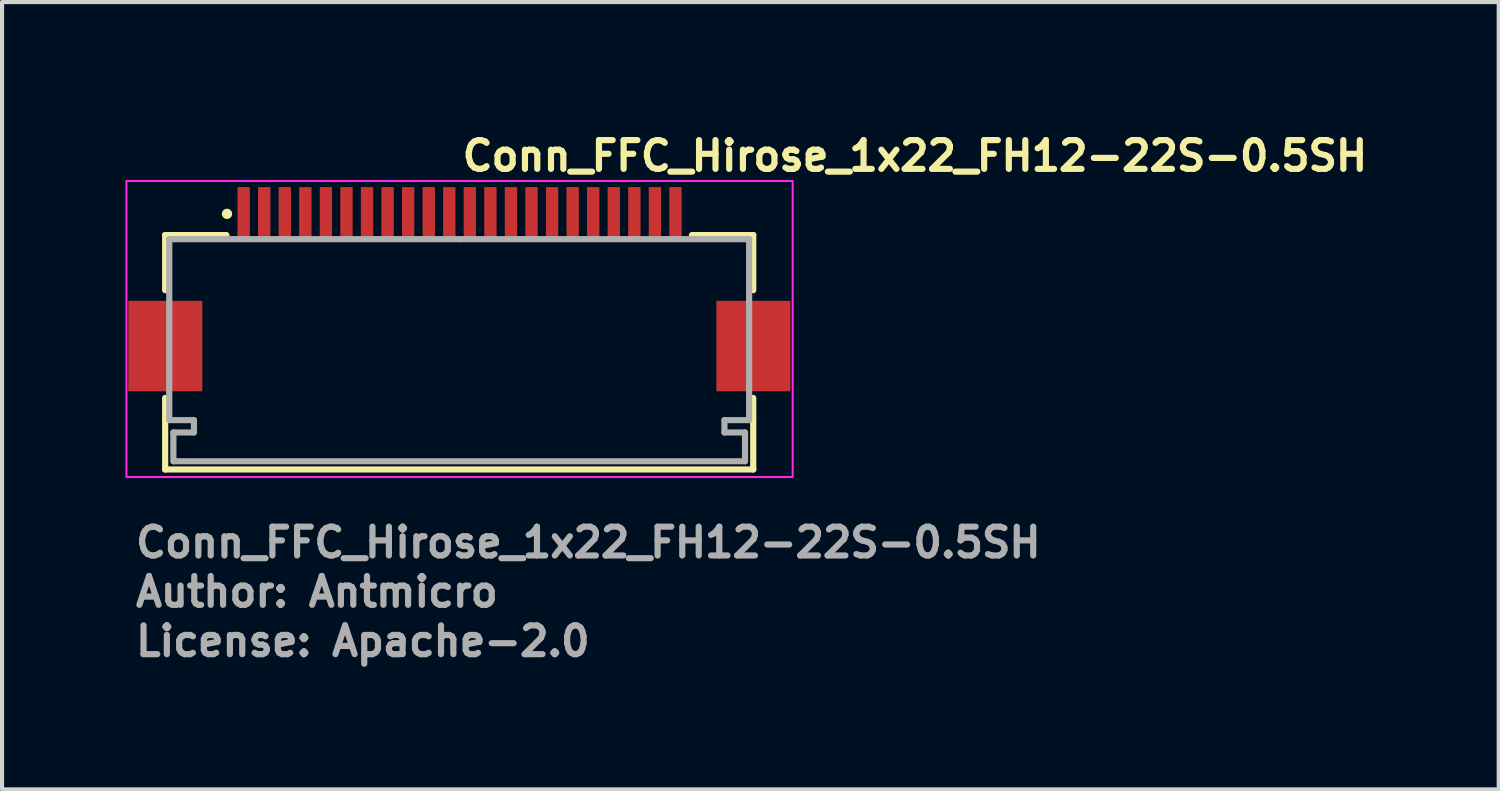
<source format=kicad_pcb>
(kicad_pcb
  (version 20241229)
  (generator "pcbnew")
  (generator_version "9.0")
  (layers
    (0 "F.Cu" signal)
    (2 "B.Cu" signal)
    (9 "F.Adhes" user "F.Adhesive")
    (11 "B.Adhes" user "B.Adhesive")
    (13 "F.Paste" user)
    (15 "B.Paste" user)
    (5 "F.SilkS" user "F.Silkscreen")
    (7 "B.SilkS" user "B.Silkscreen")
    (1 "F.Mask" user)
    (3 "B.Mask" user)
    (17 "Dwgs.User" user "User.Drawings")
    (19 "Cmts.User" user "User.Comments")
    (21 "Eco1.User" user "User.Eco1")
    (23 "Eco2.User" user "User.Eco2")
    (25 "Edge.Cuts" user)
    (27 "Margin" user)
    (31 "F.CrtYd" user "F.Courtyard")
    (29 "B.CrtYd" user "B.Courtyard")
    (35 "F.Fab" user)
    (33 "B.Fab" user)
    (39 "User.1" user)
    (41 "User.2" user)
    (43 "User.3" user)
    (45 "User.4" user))
  (footprint "Conn_FFC_Hirose_1x22_FH12-22S-0.5SH"
    (layer "F.Cu")
    (at 8.125 4.95)
    (property "Reference" "Conn_FFC_Hirose_1x22_FH12-22S-0.5SH" (at -0.009 -3.8 180) (layer "F.SilkS") (effects (font (size 0.7 0.7) (thickness 0.15)) (justify left bottom)))
    (attr smd)
    (fp_line (start -7.159 -2.284) (end -7.159 -0.944) (stroke (width 0.15) (type solid)) (layer "F.SilkS"))
    (fp_line (start -7.159 1.676) (end -7.159 3.416) (stroke (width 0.15) (type solid)) (layer "F.SilkS"))
    (fp_line (start -7.159 3.416) (end 7.141 3.416) (stroke (width 0.15) (type solid)) (layer "F.SilkS"))
    (fp_line (start -5.669 -2.284) (end -7.159 -2.284) (stroke (width 0.15) (type solid)) (layer "F.SilkS"))
    (fp_line (start 5.651 -2.284) (end 7.141 -2.284) (stroke (width 0.15) (type solid)) (layer "F.SilkS"))
    (fp_line (start 7.141 -2.284) (end 7.141 -0.944) (stroke (width 0.15) (type solid)) (layer "F.SilkS"))
    (fp_line (start 7.141 3.416) (end 7.141 1.676) (stroke (width 0.15) (type solid)) (layer "F.SilkS"))
    (fp_circle (center -5.655 -2.8) (end -5.605 -2.8) (stroke (width 0.15) (type solid)) (fill yes) (layer "F.SilkS"))
    (fp_rect (start -8.1 -3.6) (end 8.1 3.6) (stroke (width 0.05) (type solid)) (fill no) (layer "F.CrtYd"))
    (fp_line (start -7.059 -2.184) (end -7.059 2.2) (stroke (width 0.15) (type solid)) (layer "F.Fab"))
    (fp_line (start -7.059 2.216) (end -6.459 2.216) (stroke (width 0.15) (type solid)) (layer "F.Fab"))
    (fp_line (start -6.959 2.516) (end -6.959 3.216) (stroke (width 0.15) (type solid)) (layer "F.Fab"))
    (fp_line (start -6.459 2.216) (end -6.459 2.516) (stroke (width 0.15) (type solid)) (layer "F.Fab"))
    (fp_line (start -6.459 2.516) (end -6.959 2.516) (stroke (width 0.15) (type solid)) (layer "F.Fab"))
    (fp_line (start -0.009 -2.184) (end -7.059 -2.184) (stroke (width 0.15) (type solid)) (layer "F.Fab"))
    (fp_line (start -0.009 -2.184) (end 7.041 -2.184) (stroke (width 0.15) (type solid)) (layer "F.Fab"))
    (fp_line (start 6.441 2.216) (end 6.441 2.516) (stroke (width 0.15) (type solid)) (layer "F.Fab"))
    (fp_line (start 6.441 2.516) (end 6.941 2.516) (stroke (width 0.15) (type solid)) (layer "F.Fab"))
    (fp_line (start 6.941 2.516) (end 6.941 3.216) (stroke (width 0.15) (type solid)) (layer "F.Fab"))
    (fp_line (start 6.941 3.216) (end -6.95 3.216) (stroke (width 0.15) (type solid)) (layer "F.Fab"))
    (fp_line (start 7.041 -2.184) (end 7.041 2.2) (stroke (width 0.15) (type solid)) (layer "F.Fab"))
    (fp_line (start 7.041 2.216) (end 6.441 2.216) (stroke (width 0.15) (type solid)) (layer "F.Fab"))
    (fp_rect (start -7.55 -3.2) (end 7.55 3.2) (stroke (width 0.1) (type solid)) (fill no) (layer "User.5"))
    (fp_line (start -7.55 0.8) (end -7.55 -0.4) (stroke (width 0.02) (type solid)) (layer "User.9"))
    (fp_line (start -7.3 -0.4) (end -7.55 -0.4) (stroke (width 0.02) (type solid)) (layer "User.9"))
    (fp_line (start -7.3 -0.4) (end -6.7 -0.4) (stroke (width 0.02) (type solid)) (layer "User.9"))
    (fp_line (start -7.3 0.8) (end -7.55 0.8) (stroke (width 0.02) (type solid)) (layer "User.9"))
    (fp_line (start -7.3 0.8) (end -6.7 0.8) (stroke (width 0.02) (type solid)) (layer "User.9"))
    (fp_line (start -7.05 -2.4) (end -7.05 -0.5) (stroke (width 0.02) (type solid)) (layer "User.9"))
    (fp_line (start -7.05 -2.4) (end -5.85 -2.4) (stroke (width 0.02) (type solid)) (layer "User.9"))
    (fp_line (start -7.05 -0.4) (end -7.05 -0.5) (stroke (width 0.02) (type solid)) (layer "User.9"))
    (fp_line (start -7.05 2.2) (end -7.05 0.8) (stroke (width 0.02) (type solid)) (layer "User.9"))
    (fp_line (start -7.05 2.2) (end -6.65 2.2) (stroke (width 0.02) (type solid)) (layer "User.9"))
    (fp_line (start -6.85 3.2) (end -6.85 2.5) (stroke (width 0.02) (type solid)) (layer "User.9"))
    (fp_line (start -6.65 -0.5) (end -7.05 -0.5) (stroke (width 0.02) (type solid)) (layer "User.9"))
    (fp_line (start -6.65 -0.4) (end -6.65 -0.5) (stroke (width 0.02) (type solid)) (layer "User.9"))
    (fp_line (start -6.65 2.2) (end -6.65 0.8) (stroke (width 0.02) (type solid)) (layer "User.9"))
    (fp_line (start -6.65 2.2) (end -5.85 2.2) (stroke (width 0.02) (type solid)) (layer "User.9"))
    (fp_line (start -6.47 -0.4) (end -6.7 -0.4) (stroke (width 0.02) (type solid)) (layer "User.9"))
    (fp_line (start -6.47 0.8) (end -6.7 0.8) (stroke (width 0.02) (type solid)) (layer "User.9"))
    (fp_line (start -6.47 0.8) (end -6.47 -0.4) (stroke (width 0.02) (type solid)) (layer "User.9"))
    (fp_line (start -6.45 2.2) (end -6.45 2.3) (stroke (width 0.02) (type solid)) (layer "User.9"))
    (fp_line (start -6.45 2.3) (end -5.785 2.3) (stroke (width 0.02) (type solid)) (layer "User.9"))
    (fp_line (start -6.45 2.5) (end -6.45 2.3) (stroke (width 0.02) (type solid)) (layer "User.9"))
    (fp_line (start -5.85 -2.4) (end -5.45 -2.4) (stroke (width 0.02) (type solid)) (layer "User.9"))
    (fp_line (start -5.85 2.2) (end -5.85 -2.4) (stroke (width 0.02) (type solid)) (layer "User.9"))
    (fp_line (start -5.785 2.3) (end -5.785 2.5) (stroke (width 0.02) (type solid)) (layer "User.9"))
    (fp_line (start -5.785 2.5) (end -6.85 2.5) (stroke (width 0.02) (type solid)) (layer "User.9"))
    (fp_line (start -5.785 3.2) (end -6.85 3.2) (stroke (width 0.02) (type solid)) (layer "User.9"))
    (fp_line (start -5.785 3.2) (end -5.785 2.5) (stroke (width 0.02) (type solid)) (layer "User.9"))
    (fp_line (start -5.672 2.3) (end -5.785 2.3) (stroke (width 0.02) (type solid)) (layer "User.9"))
    (fp_line (start -5.672 2.3) (end -5.672 2.2) (stroke (width 0.02) (type solid)) (layer "User.9"))
    (fp_line (start -5.45 -2.4) (end -5.35 -2.205) (stroke (width 0.02) (type solid)) (layer "User.9"))
    (fp_line (start -5.35 -3.1) (end -5.35 -3.2) (stroke (width 0.02) (type solid)) (layer "User.9"))
    (fp_line (start -5.35 -2.8) (end -5.35 -3.1) (stroke (width 0.02) (type solid)) (layer "User.9"))
    (fp_line (start -5.35 -2.709) (end -5.35 -2.8) (stroke (width 0.02) (type solid)) (layer "User.9"))
    (fp_line (start -5.35 -2.6) (end -5.35 -2.709) (stroke (width 0.02) (type solid)) (layer "User.9"))
    (fp_line (start -5.35 -2.4) (end -5.35 -2.6) (stroke (width 0.02) (type solid)) (layer "User.9"))
    (fp_line (start -5.35 -2.205) (end -5.35 -2.4) (stroke (width 0.02) (type solid)) (layer "User.9"))
    (fp_line (start -5.35 -2.2) (end -5.35 -2.205) (stroke (width 0.02) (type solid)) (layer "User.9"))
    (fp_line (start -5.35 -2.2) (end 5.348 -2.2) (stroke (width 0.02) (type solid)) (layer "User.9"))
    (fp_line (start -5.35 2.2) (end -5.35 3.2) (stroke (width 0.02) (type solid)) (layer "User.9"))
    (fp_line (start -5.35 3.2) (end -5.785 3.2) (stroke (width 0.02) (type solid)) (layer "User.9"))
    (fp_line (start -5.15 -3.2) (end -5.35 -3.2) (stroke (width 0.02) (type solid)) (layer "User.9"))
    (fp_line (start -5.15 -3.1) (end -5.15 -3.2) (stroke (width 0.02) (type solid)) (layer "User.9"))
    (fp_line (start -5.15 -3.1) (end -5.15 -2.8) (stroke (width 0.02) (type solid)) (layer "User.9"))
    (fp_line (start -5.15 -2.709) (end -5.15 -2.8) (stroke (width 0.02) (type solid)) (layer "User.9"))
    (fp_line (start -5.15 -2.709) (end -5.15 -2.6) (stroke (width 0.02) (type solid)) (layer "User.9"))
    (fp_line (start -5.15 -2.6) (end -5.35 -2.6) (stroke (width 0.02) (type solid)) (layer "User.9"))
    (fp_line (start -5.15 -2.6) (end -5.15 -2.4) (stroke (width 0.02) (type solid)) (layer "User.9"))
    (fp_line (start -5.15 -2.4) (end -5.35 -2.4) (stroke (width 0.02) (type solid)) (layer "User.9"))
    (fp_line (start -5.15 -2.4) (end -5.15 -2.2) (stroke (width 0.02) (type solid)) (layer "User.9"))
    (fp_line (start -5.05 -2.4) (end -5.15 -2.205) (stroke (width 0.02) (type solid)) (layer "User.9"))
    (fp_line (start -4.95 -2.4) (end -5.05 -2.4) (stroke (width 0.02) (type solid)) (layer "User.9"))
    (fp_line (start -4.95 -2.4) (end -4.85 -2.205) (stroke (width 0.02) (type solid)) (layer "User.9"))
    (fp_line (start -4.85 -3.1) (end -4.85 -3.2) (stroke (width 0.02) (type solid)) (layer "User.9"))
    (fp_line (start -4.85 -2.8) (end -4.85 -3.1) (stroke (width 0.02) (type solid)) (layer "User.9"))
    (fp_line (start -4.85 -2.709) (end -4.85 -2.8) (stroke (width 0.02) (type solid)) (layer "User.9"))
    (fp_line (start -4.85 -2.6) (end -4.85 -2.709) (stroke (width 0.02) (type solid)) (layer "User.9"))
    (fp_line (start -4.85 -2.4) (end -4.85 -2.6) (stroke (width 0.02) (type solid)) (layer "User.9"))
    (fp_line (start -4.85 -2.2) (end -4.85 -2.4) (stroke (width 0.02) (type solid)) (layer "User.9"))
    (fp_line (start -4.65 -3.2) (end -4.85 -3.2) (stroke (width 0.02) (type solid)) (layer "User.9"))
    (fp_line (start -4.65 -3.1) (end -4.65 -3.2) (stroke (width 0.02) (type solid)) (layer "User.9"))
    (fp_line (start -4.65 -3.1) (end -4.65 -2.8) (stroke (width 0.02) (type solid)) (layer "User.9"))
    (fp_line (start -4.65 -2.709) (end -4.65 -2.8) (stroke (width 0.02) (type solid)) (layer "User.9"))
    (fp_line (start -4.65 -2.709) (end -4.65 -2.6) (stroke (width 0.02) (type solid)) (layer "User.9"))
    (fp_line (start -4.65 -2.6) (end -4.85 -2.6) (stroke (width 0.02) (type solid)) (layer "User.9"))
    (fp_line (start -4.65 -2.6) (end -4.65 -2.4) (stroke (width 0.02) (type solid)) (layer "User.9"))
    (fp_line (start -4.65 -2.4) (end -4.85 -2.4) (stroke (width 0.02) (type solid)) (layer "User.9"))
    (fp_line (start -4.65 -2.4) (end -4.65 -2.2) (stroke (width 0.02) (type solid)) (layer "User.9"))
    (fp_line (start -4.55 -2.4) (end -4.65 -2.205) (stroke (width 0.02) (type solid)) (layer "User.9"))
    (fp_line (start -4.45 -2.4) (end -4.55 -2.4) (stroke (width 0.02) (type solid)) (layer "User.9"))
    (fp_line (start -4.45 -2.4) (end -4.35 -2.205) (stroke (width 0.02) (type solid)) (layer "User.9"))
    (fp_line (start -4.35 -3.1) (end -4.35 -3.2) (stroke (width 0.02) (type solid)) (layer "User.9"))
    (fp_line (start -4.35 -3.1) (end -4.35 -2.8) (stroke (width 0.02) (type solid)) (layer "User.9"))
    (fp_line (start -4.35 -2.709) (end -4.35 -2.8) (stroke (width 0.02) (type solid)) (layer "User.9"))
    (fp_line (start -4.35 -2.709) (end -4.35 -2.6) (stroke (width 0.02) (type solid)) (layer "User.9"))
    (fp_line (start -4.35 -2.6) (end -4.35 -2.4) (stroke (width 0.02) (type solid)) (layer "User.9"))
    (fp_line (start -4.35 -2.4) (end -4.35 -2.2) (stroke (width 0.02) (type solid)) (layer "User.9"))
    (fp_line (start -4.15 -3.2) (end -4.35 -3.2) (stroke (width 0.02) (type solid)) (layer "User.9"))
    (fp_line (start -4.15 -3.1) (end -4.15 -3.2) (stroke (width 0.02) (type solid)) (layer "User.9"))
    (fp_line (start -4.15 -3.1) (end -4.15 -2.8) (stroke (width 0.02) (type solid)) (layer "User.9"))
    (fp_line (start -4.15 -2.709) (end -4.15 -2.8) (stroke (width 0.02) (type solid)) (layer "User.9"))
    (fp_line (start -4.15 -2.709) (end -4.15 -2.6) (stroke (width 0.02) (type solid)) (layer "User.9"))
    (fp_line (start -4.15 -2.6) (end -4.35 -2.6) (stroke (width 0.02) (type solid)) (layer "User.9"))
    (fp_line (start -4.15 -2.6) (end -4.15 -2.4) (stroke (width 0.02) (type solid)) (layer "User.9"))
    (fp_line (start -4.15 -2.4) (end -4.35 -2.4) (stroke (width 0.02) (type solid)) (layer "User.9"))
    (fp_line (start -4.15 -2.4) (end -4.15 -2.2) (stroke (width 0.02) (type solid)) (layer "User.9"))
    (fp_line (start -4.05 -2.4) (end -4.15 -2.205) (stroke (width 0.02) (type solid)) (layer "User.9"))
    (fp_line (start -3.95 -2.4) (end -4.05 -2.4) (stroke (width 0.02) (type solid)) (layer "User.9"))
    (fp_line (start -3.95 -2.4) (end -3.85 -2.205) (stroke (width 0.02) (type solid)) (layer "User.9"))
    (fp_line (start -3.85 -3.1) (end -3.85 -3.2) (stroke (width 0.02) (type solid)) (layer "User.9"))
    (fp_line (start -3.85 -3.1) (end -3.85 -2.8) (stroke (width 0.02) (type solid)) (layer "User.9"))
    (fp_line (start -3.85 -2.709) (end -3.85 -2.8) (stroke (width 0.02) (type solid)) (layer "User.9"))
    (fp_line (start -3.85 -2.709) (end -3.85 -2.6) (stroke (width 0.02) (type solid)) (layer "User.9"))
    (fp_line (start -3.85 -2.6) (end -3.85 -2.4) (stroke (width 0.02) (type solid)) (layer "User.9"))
    (fp_line (start -3.85 -2.4) (end -3.85 -2.2) (stroke (width 0.02) (type solid)) (layer "User.9"))
    (fp_line (start -3.65 -3.2) (end -3.85 -3.2) (stroke (width 0.02) (type solid)) (layer "User.9"))
    (fp_line (start -3.65 -3.1) (end -3.65 -3.2) (stroke (width 0.02) (type solid)) (layer "User.9"))
    (fp_line (start -3.65 -3.1) (end -3.65 -2.8) (stroke (width 0.02) (type solid)) (layer "User.9"))
    (fp_line (start -3.65 -2.709) (end -3.65 -2.8) (stroke (width 0.02) (type solid)) (layer "User.9"))
    (fp_line (start -3.65 -2.709) (end -3.65 -2.6) (stroke (width 0.02) (type solid)) (layer "User.9"))
    (fp_line (start -3.65 -2.6) (end -3.85 -2.6) (stroke (width 0.02) (type solid)) (layer "User.9"))
    (fp_line (start -3.65 -2.6) (end -3.65 -2.4) (stroke (width 0.02) (type solid)) (layer "User.9"))
    (fp_line (start -3.65 -2.4) (end -3.85 -2.4) (stroke (width 0.02) (type solid)) (layer "User.9"))
    (fp_line (start -3.65 -2.4) (end -3.65 -2.2) (stroke (width 0.02) (type solid)) (layer "User.9"))
    (fp_line (start -3.55 -2.4) (end -3.65 -2.205) (stroke (width 0.02) (type solid)) (layer "User.9"))
    (fp_line (start -3.45 -2.4) (end -3.55 -2.4) (stroke (width 0.02) (type solid)) (layer "User.9"))
    (fp_line (start -3.45 -2.4) (end -3.35 -2.205) (stroke (width 0.02) (type solid)) (layer "User.9"))
    (fp_line (start -3.35 -3.1) (end -3.35 -3.2) (stroke (width 0.02) (type solid)) (layer "User.9"))
    (fp_line (start -3.35 -3.1) (end -3.35 -2.8) (stroke (width 0.02) (type solid)) (layer "User.9"))
    (fp_line (start -3.35 -2.709) (end -3.35 -2.8) (stroke (width 0.02) (type solid)) (layer "User.9"))
    (fp_line (start -3.35 -2.709) (end -3.35 -2.6) (stroke (width 0.02) (type solid)) (layer "User.9"))
    (fp_line (start -3.35 -2.6) (end -3.35 -2.4) (stroke (width 0.02) (type solid)) (layer "User.9"))
    (fp_line (start -3.35 -2.4) (end -3.35 -2.2) (stroke (width 0.02) (type solid)) (layer "User.9"))
    (fp_line (start -3.15 -3.2) (end -3.35 -3.2) (stroke (width 0.02) (type solid)) (layer "User.9"))
    (fp_line (start -3.15 -3.1) (end -3.15 -3.2) (stroke (width 0.02) (type solid)) (layer "User.9"))
    (fp_line (start -3.15 -3.1) (end -3.15 -2.8) (stroke (width 0.02) (type solid)) (layer "User.9"))
    (fp_line (start -3.15 -2.709) (end -3.15 -2.8) (stroke (width 0.02) (type solid)) (layer "User.9"))
    (fp_line (start -3.15 -2.709) (end -3.15 -2.6) (stroke (width 0.02) (type solid)) (layer "User.9"))
    (fp_line (start -3.15 -2.6) (end -3.35 -2.6) (stroke (width 0.02) (type solid)) (layer "User.9"))
    (fp_line (start -3.15 -2.6) (end -3.15 -2.4) (stroke (width 0.02) (type solid)) (layer "User.9"))
    (fp_line (start -3.15 -2.4) (end -3.35 -2.4) (stroke (width 0.02) (type solid)) (layer "User.9"))
    (fp_line (start -3.15 -2.4) (end -3.15 -2.2) (stroke (width 0.02) (type solid)) (layer "User.9"))
    (fp_line (start -3.05 -2.4) (end -3.15 -2.205) (stroke (width 0.02) (type solid)) (layer "User.9"))
    (fp_line (start -2.95 -2.4) (end -3.05 -2.4) (stroke (width 0.02) (type solid)) (layer "User.9"))
    (fp_line (start -2.95 -2.4) (end -2.85 -2.205) (stroke (width 0.02) (type solid)) (layer "User.9"))
    (fp_line (start -2.85 -3.1) (end -2.85 -3.2) (stroke (width 0.02) (type solid)) (layer "User.9"))
    (fp_line (start -2.85 -3.1) (end -2.85 -2.8) (stroke (width 0.02) (type solid)) (layer "User.9"))
    (fp_line (start -2.85 -2.709) (end -2.85 -2.8) (stroke (width 0.02) (type solid)) (layer "User.9"))
    (fp_line (start -2.85 -2.709) (end -2.85 -2.6) (stroke (width 0.02) (type solid)) (layer "User.9"))
    (fp_line (start -2.85 -2.6) (end -2.85 -2.4) (stroke (width 0.02) (type solid)) (layer "User.9"))
    (fp_line (start -2.85 -2.4) (end -2.85 -2.2) (stroke (width 0.02) (type solid)) (layer "User.9"))
    (fp_line (start -2.65 -3.2) (end -2.85 -3.2) (stroke (width 0.02) (type solid)) (layer "User.9"))
    (fp_line (start -2.65 -3.1) (end -2.65 -3.2) (stroke (width 0.02) (type solid)) (layer "User.9"))
    (fp_line (start -2.65 -3.1) (end -2.65 -2.8) (stroke (width 0.02) (type solid)) (layer "User.9"))
    (fp_line (start -2.65 -2.709) (end -2.65 -2.8) (stroke (width 0.02) (type solid)) (layer "User.9"))
    (fp_line (start -2.65 -2.709) (end -2.65 -2.6) (stroke (width 0.02) (type solid)) (layer "User.9"))
    (fp_line (start -2.65 -2.6) (end -2.85 -2.6) (stroke (width 0.02) (type solid)) (layer "User.9"))
    (fp_line (start -2.65 -2.6) (end -2.65 -2.4) (stroke (width 0.02) (type solid)) (layer "User.9"))
    (fp_line (start -2.65 -2.4) (end -2.85 -2.4) (stroke (width 0.02) (type solid)) (layer "User.9"))
    (fp_line (start -2.65 -2.4) (end -2.65 -2.2) (stroke (width 0.02) (type solid)) (layer "User.9"))
    (fp_line (start -2.55 -2.4) (end -2.65 -2.205) (stroke (width 0.02) (type solid)) (layer "User.9"))
    (fp_line (start -2.45 -2.4) (end -2.55 -2.4) (stroke (width 0.02) (type solid)) (layer "User.9"))
    (fp_line (start -2.45 -2.4) (end -2.35 -2.205) (stroke (width 0.02) (type solid)) (layer "User.9"))
    (fp_line (start -2.35 -3.1) (end -2.35 -3.2) (stroke (width 0.02) (type solid)) (layer "User.9"))
    (fp_line (start -2.35 -3.1) (end -2.35 -2.8) (stroke (width 0.02) (type solid)) (layer "User.9"))
    (fp_line (start -2.35 -2.709) (end -2.35 -2.8) (stroke (width 0.02) (type solid)) (layer "User.9"))
    (fp_line (start -2.35 -2.709) (end -2.35 -2.6) (stroke (width 0.02) (type solid)) (layer "User.9"))
    (fp_line (start -2.35 -2.6) (end -2.35 -2.4) (stroke (width 0.02) (type solid)) (layer "User.9"))
    (fp_line (start -2.35 -2.4) (end -2.35 -2.2) (stroke (width 0.02) (type solid)) (layer "User.9"))
    (fp_line (start -2.15 -3.2) (end -2.35 -3.2) (stroke (width 0.02) (type solid)) (layer "User.9"))
    (fp_line (start -2.15 -3.1) (end -2.15 -3.2) (stroke (width 0.02) (type solid)) (layer "User.9"))
    (fp_line (start -2.15 -3.1) (end -2.15 -2.8) (stroke (width 0.02) (type solid)) (layer "User.9"))
    (fp_line (start -2.15 -2.709) (end -2.15 -2.8) (stroke (width 0.02) (type solid)) (layer "User.9"))
    (fp_line (start -2.15 -2.709) (end -2.15 -2.6) (stroke (width 0.02) (type solid)) (layer "User.9"))
    (fp_line (start -2.15 -2.6) (end -2.35 -2.6) (stroke (width 0.02) (type solid)) (layer "User.9"))
    (fp_line (start -2.15 -2.6) (end -2.15 -2.4) (stroke (width 0.02) (type solid)) (layer "User.9"))
    (fp_line (start -2.15 -2.4) (end -2.35 -2.4) (stroke (width 0.02) (type solid)) (layer "User.9"))
    (fp_line (start -2.15 -2.4) (end -2.15 -2.2) (stroke (width 0.02) (type solid)) (layer "User.9"))
    (fp_line (start -2.05 -2.4) (end -2.15 -2.205) (stroke (width 0.02) (type solid)) (layer "User.9"))
    (fp_line (start -1.95 -2.4) (end -2.05 -2.4) (stroke (width 0.02) (type solid)) (layer "User.9"))
    (fp_line (start -1.95 -2.4) (end -1.85 -2.205) (stroke (width 0.02) (type solid)) (layer "User.9"))
    (fp_line (start -1.85 -3.1) (end -1.85 -3.2) (stroke (width 0.02) (type solid)) (layer "User.9"))
    (fp_line (start -1.85 -3.1) (end -1.85 -2.8) (stroke (width 0.02) (type solid)) (layer "User.9"))
    (fp_line (start -1.85 -2.709) (end -1.85 -2.8) (stroke (width 0.02) (type solid)) (layer "User.9"))
    (fp_line (start -1.85 -2.709) (end -1.85 -2.6) (stroke (width 0.02) (type solid)) (layer "User.9"))
    (fp_line (start -1.85 -2.6) (end -1.85 -2.4) (stroke (width 0.02) (type solid)) (layer "User.9"))
    (fp_line (start -1.85 -2.4) (end -1.85 -2.2) (stroke (width 0.02) (type solid)) (layer "User.9"))
    (fp_line (start -1.65 -3.2) (end -1.85 -3.2) (stroke (width 0.02) (type solid)) (layer "User.9"))
    (fp_line (start -1.65 -3.1) (end -1.65 -3.2) (stroke (width 0.02) (type solid)) (layer "User.9"))
    (fp_line (start -1.65 -3.1) (end -1.65 -2.8) (stroke (width 0.02) (type solid)) (layer "User.9"))
    (fp_line (start -1.65 -2.709) (end -1.65 -2.8) (stroke (width 0.02) (type solid)) (layer "User.9"))
    (fp_line (start -1.65 -2.709) (end -1.65 -2.6) (stroke (width 0.02) (type solid)) (layer "User.9"))
    (fp_line (start -1.65 -2.6) (end -1.85 -2.6) (stroke (width 0.02) (type solid)) (layer "User.9"))
    (fp_line (start -1.65 -2.6) (end -1.65 -2.4) (stroke (width 0.02) (type solid)) (layer "User.9"))
    (fp_line (start -1.65 -2.4) (end -1.85 -2.4) (stroke (width 0.02) (type solid)) (layer "User.9"))
    (fp_line (start -1.65 -2.4) (end -1.65 -2.2) (stroke (width 0.02) (type solid)) (layer "User.9"))
    (fp_line (start -1.55 -2.4) (end -1.65 -2.205) (stroke (width 0.02) (type solid)) (layer "User.9"))
    (fp_line (start -1.45 -2.4) (end -1.55 -2.4) (stroke (width 0.02) (type solid)) (layer "User.9"))
    (fp_line (start -1.45 -2.4) (end -1.35 -2.205) (stroke (width 0.02) (type solid)) (layer "User.9"))
    (fp_line (start -1.35 -3.1) (end -1.35 -3.2) (stroke (width 0.02) (type solid)) (layer "User.9"))
    (fp_line (start -1.35 -3.1) (end -1.35 -2.8) (stroke (width 0.02) (type solid)) (layer "User.9"))
    (fp_line (start -1.35 -2.709) (end -1.35 -2.8) (stroke (width 0.02) (type solid)) (layer "User.9"))
    (fp_line (start -1.35 -2.709) (end -1.35 -2.6) (stroke (width 0.02) (type solid)) (layer "User.9"))
    (fp_line (start -1.35 -2.6) (end -1.35 -2.4) (stroke (width 0.02) (type solid)) (layer "User.9"))
    (fp_line (start -1.35 -2.4) (end -1.35 -2.2) (stroke (width 0.02) (type solid)) (layer "User.9"))
    (fp_line (start -1.15 -3.2) (end -1.35 -3.2) (stroke (width 0.02) (type solid)) (layer "User.9"))
    (fp_line (start -1.15 -3.1) (end -1.15 -3.2) (stroke (width 0.02) (type solid)) (layer "User.9"))
    (fp_line (start -1.15 -3.1) (end -1.15 -2.8) (stroke (width 0.02) (type solid)) (layer "User.9"))
    (fp_line (start -1.15 -2.709) (end -1.15 -2.8) (stroke (width 0.02) (type solid)) (layer "User.9"))
    (fp_line (start -1.15 -2.709) (end -1.15 -2.6) (stroke (width 0.02) (type solid)) (layer "User.9"))
    (fp_line (start -1.15 -2.6) (end -1.35 -2.6) (stroke (width 0.02) (type solid)) (layer "User.9"))
    (fp_line (start -1.15 -2.6) (end -1.15 -2.4) (stroke (width 0.02) (type solid)) (layer "User.9"))
    (fp_line (start -1.15 -2.4) (end -1.35 -2.4) (stroke (width 0.02) (type solid)) (layer "User.9"))
    (fp_line (start -1.15 -2.4) (end -1.15 -2.2) (stroke (width 0.02) (type solid)) (layer "User.9"))
    (fp_line (start -1.05 -2.4) (end -1.15 -2.205) (stroke (width 0.02) (type solid)) (layer "User.9"))
    (fp_line (start -0.95 -2.4) (end -1.05 -2.4) (stroke (width 0.02) (type solid)) (layer "User.9"))
    (fp_line (start -0.95 -2.4) (end -0.85 -2.205) (stroke (width 0.02) (type solid)) (layer "User.9"))
    (fp_line (start -0.85 -3.1) (end -0.85 -3.2) (stroke (width 0.02) (type solid)) (layer "User.9"))
    (fp_line (start -0.85 -3.1) (end -0.85 -2.8) (stroke (width 0.02) (type solid)) (layer "User.9"))
    (fp_line (start -0.85 -2.709) (end -0.85 -2.8) (stroke (width 0.02) (type solid)) (layer "User.9"))
    (fp_line (start -0.85 -2.709) (end -0.85 -2.6) (stroke (width 0.02) (type solid)) (layer "User.9"))
    (fp_line (start -0.85 -2.6) (end -0.85 -2.4) (stroke (width 0.02) (type solid)) (layer "User.9"))
    (fp_line (start -0.85 -2.4) (end -0.85 -2.2) (stroke (width 0.02) (type solid)) (layer "User.9"))
    (fp_line (start -0.65 -3.2) (end -0.85 -3.2) (stroke (width 0.02) (type solid)) (layer "User.9"))
    (fp_line (start -0.65 -3.1) (end -0.65 -3.2) (stroke (width 0.02) (type solid)) (layer "User.9"))
    (fp_line (start -0.65 -3.1) (end -0.65 -2.8) (stroke (width 0.02) (type solid)) (layer "User.9"))
    (fp_line (start -0.65 -2.709) (end -0.65 -2.8) (stroke (width 0.02) (type solid)) (layer "User.9"))
    (fp_line (start -0.65 -2.709) (end -0.65 -2.6) (stroke (width 0.02) (type solid)) (layer "User.9"))
    (fp_line (start -0.65 -2.6) (end -0.85 -2.6) (stroke (width 0.02) (type solid)) (layer "User.9"))
    (fp_line (start -0.65 -2.6) (end -0.65 -2.4) (stroke (width 0.02) (type solid)) (layer "User.9"))
    (fp_line (start -0.65 -2.4) (end -0.85 -2.4) (stroke (width 0.02) (type solid)) (layer "User.9"))
    (fp_line (start -0.65 -2.4) (end -0.65 -2.2) (stroke (width 0.02) (type solid)) (layer "User.9"))
    (fp_line (start -0.55 -2.4) (end -0.65 -2.205) (stroke (width 0.02) (type solid)) (layer "User.9"))
    (fp_line (start -0.45 -2.4) (end -0.55 -2.4) (stroke (width 0.02) (type solid)) (layer "User.9"))
    (fp_line (start -0.45 -2.4) (end -0.35 -2.205) (stroke (width 0.02) (type solid)) (layer "User.9"))
    (fp_line (start -0.35 -3.1) (end -0.35 -3.2) (stroke (width 0.02) (type solid)) (layer "User.9"))
    (fp_line (start -0.35 -3.1) (end -0.35 -2.8) (stroke (width 0.02) (type solid)) (layer "User.9"))
    (fp_line (start -0.35 -2.709) (end -0.35 -2.8) (stroke (width 0.02) (type solid)) (layer "User.9"))
    (fp_line (start -0.35 -2.709) (end -0.35 -2.6) (stroke (width 0.02) (type solid)) (layer "User.9"))
    (fp_line (start -0.35 -2.6) (end -0.35 -2.4) (stroke (width 0.02) (type solid)) (layer "User.9"))
    (fp_line (start -0.35 -2.4) (end -0.35 -2.2) (stroke (width 0.02) (type solid)) (layer "User.9"))
    (fp_line (start -0.15 -3.2) (end -0.35 -3.2) (stroke (width 0.02) (type solid)) (layer "User.9"))
    (fp_line (start -0.15 -3.1) (end -0.15 -3.2) (stroke (width 0.02) (type solid)) (layer "User.9"))
    (fp_line (start -0.15 -3.1) (end -0.15 -2.8) (stroke (width 0.02) (type solid)) (layer "User.9"))
    (fp_line (start -0.15 -2.709) (end -0.15 -2.8) (stroke (width 0.02) (type solid)) (layer "User.9"))
    (fp_line (start -0.15 -2.709) (end -0.15 -2.6) (stroke (width 0.02) (type solid)) (layer "User.9"))
    (fp_line (start -0.15 -2.6) (end -0.35 -2.6) (stroke (width 0.02) (type solid)) (layer "User.9"))
    (fp_line (start -0.15 -2.6) (end -0.15 -2.4) (stroke (width 0.02) (type solid)) (layer "User.9"))
    (fp_line (start -0.15 -2.4) (end -0.35 -2.4) (stroke (width 0.02) (type solid)) (layer "User.9"))
    (fp_line (start -0.15 -2.4) (end -0.15 -2.2) (stroke (width 0.02) (type solid)) (layer "User.9"))
    (fp_line (start -0.05 -2.4) (end -0.15 -2.205) (stroke (width 0.02) (type solid)) (layer "User.9"))
    (fp_line (start 0.05 -2.4) (end -0.05 -2.4) (stroke (width 0.02) (type solid)) (layer "User.9"))
    (fp_line (start 0.05 -2.4) (end 0.15 -2.205) (stroke (width 0.02) (type solid)) (layer "User.9"))
    (fp_line (start 0.15 -3.1) (end 0.15 -3.2) (stroke (width 0.02) (type solid)) (layer "User.9"))
    (fp_line (start 0.15 -3.1) (end 0.15 -2.8) (stroke (width 0.02) (type solid)) (layer "User.9"))
    (fp_line (start 0.15 -2.709) (end 0.15 -2.8) (stroke (width 0.02) (type solid)) (layer "User.9"))
    (fp_line (start 0.15 -2.709) (end 0.15 -2.6) (stroke (width 0.02) (type solid)) (layer "User.9"))
    (fp_line (start 0.15 -2.6) (end 0.15 -2.4) (stroke (width 0.02) (type solid)) (layer "User.9"))
    (fp_line (start 0.15 -2.4) (end 0.15 -2.2) (stroke (width 0.02) (type solid)) (layer "User.9"))
    (fp_line (start 0.35 -3.2) (end 0.15 -3.2) (stroke (width 0.02) (type solid)) (layer "User.9"))
    (fp_line (start 0.35 -3.1) (end 0.35 -3.2) (stroke (width 0.02) (type solid)) (layer "User.9"))
    (fp_line (start 0.35 -3.1) (end 0.35 -2.8) (stroke (width 0.02) (type solid)) (layer "User.9"))
    (fp_line (start 0.35 -2.709) (end 0.35 -2.8) (stroke (width 0.02) (type solid)) (layer "User.9"))
    (fp_line (start 0.35 -2.709) (end 0.35 -2.6) (stroke (width 0.02) (type solid)) (layer "User.9"))
    (fp_line (start 0.35 -2.6) (end 0.15 -2.6) (stroke (width 0.02) (type solid)) (layer "User.9"))
    (fp_line (start 0.35 -2.6) (end 0.35 -2.4) (stroke (width 0.02) (type solid)) (layer "User.9"))
    (fp_line (start 0.35 -2.4) (end 0.15 -2.4) (stroke (width 0.02) (type solid)) (layer "User.9"))
    (fp_line (start 0.35 -2.4) (end 0.35 -2.2) (stroke (width 0.02) (type solid)) (layer "User.9"))
    (fp_line (start 0.45 -2.4) (end 0.35 -2.205) (stroke (width 0.02) (type solid)) (layer "User.9"))
    (fp_line (start 0.55 -2.4) (end 0.45 -2.4) (stroke (width 0.02) (type solid)) (layer "User.9"))
    (fp_line (start 0.55 -2.4) (end 0.65 -2.205) (stroke (width 0.02) (type solid)) (layer "User.9"))
    (fp_line (start 0.65 -3.1) (end 0.65 -3.2) (stroke (width 0.02) (type solid)) (layer "User.9"))
    (fp_line (start 0.65 -3.1) (end 0.65 -2.8) (stroke (width 0.02) (type solid)) (layer "User.9"))
    (fp_line (start 0.65 -2.709) (end 0.65 -2.8) (stroke (width 0.02) (type solid)) (layer "User.9"))
    (fp_line (start 0.65 -2.709) (end 0.65 -2.6) (stroke (width 0.02) (type solid)) (layer "User.9"))
    (fp_line (start 0.65 -2.6) (end 0.65 -2.4) (stroke (width 0.02) (type solid)) (layer "User.9"))
    (fp_line (start 0.65 -2.4) (end 0.65 -2.2) (stroke (width 0.02) (type solid)) (layer "User.9"))
    (fp_line (start 0.85 -3.2) (end 0.65 -3.2) (stroke (width 0.02) (type solid)) (layer "User.9"))
    (fp_line (start 0.85 -3.1) (end 0.85 -3.2) (stroke (width 0.02) (type solid)) (layer "User.9"))
    (fp_line (start 0.85 -3.1) (end 0.85 -2.8) (stroke (width 0.02) (type solid)) (layer "User.9"))
    (fp_line (start 0.85 -2.709) (end 0.85 -2.8) (stroke (width 0.02) (type solid)) (layer "User.9"))
    (fp_line (start 0.85 -2.709) (end 0.85 -2.6) (stroke (width 0.02) (type solid)) (layer "User.9"))
    (fp_line (start 0.85 -2.6) (end 0.65 -2.6) (stroke (width 0.02) (type solid)) (layer "User.9"))
    (fp_line (start 0.85 -2.6) (end 0.85 -2.4) (stroke (width 0.02) (type solid)) (layer "User.9"))
    (fp_line (start 0.85 -2.4) (end 0.65 -2.4) (stroke (width 0.02) (type solid)) (layer "User.9"))
    (fp_line (start 0.85 -2.4) (end 0.85 -2.2) (stroke (width 0.02) (type solid)) (layer "User.9"))
    (fp_line (start 0.95 -2.4) (end 0.85 -2.205) (stroke (width 0.02) (type solid)) (layer "User.9"))
    (fp_line (start 1.05 -2.4) (end 0.95 -2.4) (stroke (width 0.02) (type solid)) (layer "User.9"))
    (fp_line (start 1.05 -2.4) (end 1.15 -2.205) (stroke (width 0.02) (type solid)) (layer "User.9"))
    (fp_line (start 1.15 -3.1) (end 1.15 -3.2) (stroke (width 0.02) (type solid)) (layer "User.9"))
    (fp_line (start 1.15 -3.1) (end 1.15 -2.8) (stroke (width 0.02) (type solid)) (layer "User.9"))
    (fp_line (start 1.15 -2.709) (end 1.15 -2.8) (stroke (width 0.02) (type solid)) (layer "User.9"))
    (fp_line (start 1.15 -2.709) (end 1.15 -2.6) (stroke (width 0.02) (type solid)) (layer "User.9"))
    (fp_line (start 1.15 -2.6) (end 1.15 -2.4) (stroke (width 0.02) (type solid)) (layer "User.9"))
    (fp_line (start 1.15 -2.4) (end 1.15 -2.2) (stroke (width 0.02) (type solid)) (layer "User.9"))
    (fp_line (start 1.35 -3.2) (end 1.15 -3.2) (stroke (width 0.02) (type solid)) (layer "User.9"))
    (fp_line (start 1.35 -3.1) (end 1.35 -3.2) (stroke (width 0.02) (type solid)) (layer "User.9"))
    (fp_line (start 1.35 -3.1) (end 1.35 -2.8) (stroke (width 0.02) (type solid)) (layer "User.9"))
    (fp_line (start 1.35 -2.709) (end 1.35 -2.8) (stroke (width 0.02) (type solid)) (layer "User.9"))
    (fp_line (start 1.35 -2.709) (end 1.35 -2.6) (stroke (width 0.02) (type solid)) (layer "User.9"))
    (fp_line (start 1.35 -2.6) (end 1.15 -2.6) (stroke (width 0.02) (type solid)) (layer "User.9"))
    (fp_line (start 1.35 -2.6) (end 1.35 -2.4) (stroke (width 0.02) (type solid)) (layer "User.9"))
    (fp_line (start 1.35 -2.4) (end 1.15 -2.4) (stroke (width 0.02) (type solid)) (layer "User.9"))
    (fp_line (start 1.35 -2.4) (end 1.35 -2.2) (stroke (width 0.02) (type solid)) (layer "User.9"))
    (fp_line (start 1.45 -2.4) (end 1.35 -2.205) (stroke (width 0.02) (type solid)) (layer "User.9"))
    (fp_line (start 1.55 -2.4) (end 1.45 -2.4) (stroke (width 0.02) (type solid)) (layer "User.9"))
    (fp_line (start 1.55 -2.4) (end 1.65 -2.205) (stroke (width 0.02) (type solid)) (layer "User.9"))
    (fp_line (start 1.65 -3.1) (end 1.65 -3.2) (stroke (width 0.02) (type solid)) (layer "User.9"))
    (fp_line (start 1.65 -3.1) (end 1.65 -2.8) (stroke (width 0.02) (type solid)) (layer "User.9"))
    (fp_line (start 1.65 -2.709) (end 1.65 -2.8) (stroke (width 0.02) (type solid)) (layer "User.9"))
    (fp_line (start 1.65 -2.709) (end 1.65 -2.6) (stroke (width 0.02) (type solid)) (layer "User.9"))
    (fp_line (start 1.65 -2.6) (end 1.65 -2.4) (stroke (width 0.02) (type solid)) (layer "User.9"))
    (fp_line (start 1.65 -2.4) (end 1.65 -2.2) (stroke (width 0.02) (type solid)) (layer "User.9"))
    (fp_line (start 1.85 -3.2) (end 1.65 -3.2) (stroke (width 0.02) (type solid)) (layer "User.9"))
    (fp_line (start 1.85 -3.1) (end 1.85 -3.2) (stroke (width 0.02) (type solid)) (layer "User.9"))
    (fp_line (start 1.85 -3.1) (end 1.85 -2.8) (stroke (width 0.02) (type solid)) (layer "User.9"))
    (fp_line (start 1.85 -2.709) (end 1.85 -2.8) (stroke (width 0.02) (type solid)) (layer "User.9"))
    (fp_line (start 1.85 -2.709) (end 1.85 -2.6) (stroke (width 0.02) (type solid)) (layer "User.9"))
    (fp_line (start 1.85 -2.6) (end 1.65 -2.6) (stroke (width 0.02) (type solid)) (layer "User.9"))
    (fp_line (start 1.85 -2.6) (end 1.85 -2.4) (stroke (width 0.02) (type solid)) (layer "User.9"))
    (fp_line (start 1.85 -2.4) (end 1.65 -2.4) (stroke (width 0.02) (type solid)) (layer "User.9"))
    (fp_line (start 1.85 -2.4) (end 1.85 -2.2) (stroke (width 0.02) (type solid)) (layer "User.9"))
    (fp_line (start 1.95 -2.4) (end 1.85 -2.205) (stroke (width 0.02) (type solid)) (layer "User.9"))
    (fp_line (start 2.05 -2.4) (end 1.95 -2.4) (stroke (width 0.02) (type solid)) (layer "User.9"))
    (fp_line (start 2.05 -2.4) (end 2.15 -2.205) (stroke (width 0.02) (type solid)) (layer "User.9"))
    (fp_line (start 2.15 -3.1) (end 2.15 -3.2) (stroke (width 0.02) (type solid)) (layer "User.9"))
    (fp_line (start 2.15 -3.1) (end 2.15 -2.8) (stroke (width 0.02) (type solid)) (layer "User.9"))
    (fp_line (start 2.15 -2.709) (end 2.15 -2.8) (stroke (width 0.02) (type solid)) (layer "User.9"))
    (fp_line (start 2.15 -2.709) (end 2.15 -2.6) (stroke (width 0.02) (type solid)) (layer "User.9"))
    (fp_line (start 2.15 -2.6) (end 2.15 -2.4) (stroke (width 0.02) (type solid)) (layer "User.9"))
    (fp_line (start 2.15 -2.4) (end 2.15 -2.2) (stroke (width 0.02) (type solid)) (layer "User.9"))
    (fp_line (start 2.35 -3.2) (end 2.15 -3.2) (stroke (width 0.02) (type solid)) (layer "User.9"))
    (fp_line (start 2.35 -3.1) (end 2.35 -3.2) (stroke (width 0.02) (type solid)) (layer "User.9"))
    (fp_line (start 2.35 -3.1) (end 2.35 -2.8) (stroke (width 0.02) (type solid)) (layer "User.9"))
    (fp_line (start 2.35 -2.709) (end 2.35 -2.8) (stroke (width 0.02) (type solid)) (layer "User.9"))
    (fp_line (start 2.35 -2.709) (end 2.35 -2.6) (stroke (width 0.02) (type solid)) (layer "User.9"))
    (fp_line (start 2.35 -2.6) (end 2.15 -2.6) (stroke (width 0.02) (type solid)) (layer "User.9"))
    (fp_line (start 2.35 -2.6) (end 2.35 -2.4) (stroke (width 0.02) (type solid)) (layer "User.9"))
    (fp_line (start 2.35 -2.4) (end 2.15 -2.4) (stroke (width 0.02) (type solid)) (layer "User.9"))
    (fp_line (start 2.35 -2.4) (end 2.35 -2.2) (stroke (width 0.02) (type solid)) (layer "User.9"))
    (fp_line (start 2.45 -2.4) (end 2.35 -2.205) (stroke (width 0.02) (type solid)) (layer "User.9"))
    (fp_line (start 2.55 -2.4) (end 2.45 -2.4) (stroke (width 0.02) (type solid)) (layer "User.9"))
    (fp_line (start 2.55 -2.4) (end 2.65 -2.205) (stroke (width 0.02) (type solid)) (layer "User.9"))
    (fp_line (start 2.65 -3.1) (end 2.65 -3.2) (stroke (width 0.02) (type solid)) (layer "User.9"))
    (fp_line (start 2.65 -3.1) (end 2.65 -2.8) (stroke (width 0.02) (type solid)) (layer "User.9"))
    (fp_line (start 2.65 -2.709) (end 2.65 -2.8) (stroke (width 0.02) (type solid)) (layer "User.9"))
    (fp_line (start 2.65 -2.709) (end 2.65 -2.6) (stroke (width 0.02) (type solid)) (layer "User.9"))
    (fp_line (start 2.65 -2.6) (end 2.65 -2.4) (stroke (width 0.02) (type solid)) (layer "User.9"))
    (fp_line (start 2.65 -2.4) (end 2.65 -2.2) (stroke (width 0.02) (type solid)) (layer "User.9"))
    (fp_line (start 2.85 -3.2) (end 2.65 -3.2) (stroke (width 0.02) (type solid)) (layer "User.9"))
    (fp_line (start 2.85 -3.1) (end 2.85 -3.2) (stroke (width 0.02) (type solid)) (layer "User.9"))
    (fp_line (start 2.85 -3.1) (end 2.85 -2.8) (stroke (width 0.02) (type solid)) (layer "User.9"))
    (fp_line (start 2.85 -2.709) (end 2.85 -2.8) (stroke (width 0.02) (type solid)) (layer "User.9"))
    (fp_line (start 2.85 -2.709) (end 2.85 -2.6) (stroke (width 0.02) (type solid)) (layer "User.9"))
    (fp_line (start 2.85 -2.6) (end 2.65 -2.6) (stroke (width 0.02) (type solid)) (layer "User.9"))
    (fp_line (start 2.85 -2.6) (end 2.85 -2.4) (stroke (width 0.02) (type solid)) (layer "User.9"))
    (fp_line (start 2.85 -2.4) (end 2.65 -2.4) (stroke (width 0.02) (type solid)) (layer "User.9"))
    (fp_line (start 2.85 -2.4) (end 2.85 -2.2) (stroke (width 0.02) (type solid)) (layer "User.9"))
    (fp_line (start 2.95 -2.4) (end 2.85 -2.205) (stroke (width 0.02) (type solid)) (layer "User.9"))
    (fp_line (start 3.05 -2.4) (end 2.95 -2.4) (stroke (width 0.02) (type solid)) (layer "User.9"))
    (fp_line (start 3.05 -2.4) (end 3.15 -2.205) (stroke (width 0.02) (type solid)) (layer "User.9"))
    (fp_line (start 3.15 -3.1) (end 3.15 -3.2) (stroke (width 0.02) (type solid)) (layer "User.9"))
    (fp_line (start 3.15 -3.1) (end 3.15 -2.8) (stroke (width 0.02) (type solid)) (layer "User.9"))
    (fp_line (start 3.15 -2.709) (end 3.15 -2.8) (stroke (width 0.02) (type solid)) (layer "User.9"))
    (fp_line (start 3.15 -2.709) (end 3.15 -2.6) (stroke (width 0.02) (type solid)) (layer "User.9"))
    (fp_line (start 3.15 -2.6) (end 3.15 -2.4) (stroke (width 0.02) (type solid)) (layer "User.9"))
    (fp_line (start 3.15 -2.4) (end 3.15 -2.2) (stroke (width 0.02) (type solid)) (layer "User.9"))
    (fp_line (start 3.35 -3.2) (end 3.15 -3.2) (stroke (width 0.02) (type solid)) (layer "User.9"))
    (fp_line (start 3.35 -3.1) (end 3.35 -3.2) (stroke (width 0.02) (type solid)) (layer "User.9"))
    (fp_line (start 3.35 -3.1) (end 3.35 -2.8) (stroke (width 0.02) (type solid)) (layer "User.9"))
    (fp_line (start 3.35 -2.709) (end 3.35 -2.8) (stroke (width 0.02) (type solid)) (layer "User.9"))
    (fp_line (start 3.35 -2.709) (end 3.35 -2.6) (stroke (width 0.02) (type solid)) (layer "User.9"))
    (fp_line (start 3.35 -2.6) (end 3.15 -2.6) (stroke (width 0.02) (type solid)) (layer "User.9"))
    (fp_line (start 3.35 -2.6) (end 3.35 -2.4) (stroke (width 0.02) (type solid)) (layer "User.9"))
    (fp_line (start 3.35 -2.4) (end 3.15 -2.4) (stroke (width 0.02) (type solid)) (layer "User.9"))
    (fp_line (start 3.35 -2.4) (end 3.35 -2.2) (stroke (width 0.02) (type solid)) (layer "User.9"))
    (fp_line (start 3.45 -2.4) (end 3.35 -2.205) (stroke (width 0.02) (type solid)) (layer "User.9"))
    (fp_line (start 3.55 -2.4) (end 3.45 -2.4) (stroke (width 0.02) (type solid)) (layer "User.9"))
    (fp_line (start 3.55 -2.4) (end 3.65 -2.205) (stroke (width 0.02) (type solid)) (layer "User.9"))
    (fp_line (start 3.65 -3.1) (end 3.65 -3.2) (stroke (width 0.02) (type solid)) (layer "User.9"))
    (fp_line (start 3.65 -3.1) (end 3.65 -2.8) (stroke (width 0.02) (type solid)) (layer "User.9"))
    (fp_line (start 3.65 -2.709) (end 3.65 -2.8) (stroke (width 0.02) (type solid)) (layer "User.9"))
    (fp_line (start 3.65 -2.709) (end 3.65 -2.6) (stroke (width 0.02) (type solid)) (layer "User.9"))
    (fp_line (start 3.65 -2.6) (end 3.65 -2.4) (stroke (width 0.02) (type solid)) (layer "User.9"))
    (fp_line (start 3.65 -2.4) (end 3.65 -2.2) (stroke (width 0.02) (type solid)) (layer "User.9"))
    (fp_line (start 3.85 -3.2) (end 3.65 -3.2) (stroke (width 0.02) (type solid)) (layer "User.9"))
    (fp_line (start 3.85 -3.1) (end 3.85 -3.2) (stroke (width 0.02) (type solid)) (layer "User.9"))
    (fp_line (start 3.85 -3.1) (end 3.85 -2.8) (stroke (width 0.02) (type solid)) (layer "User.9"))
    (fp_line (start 3.85 -2.709) (end 3.85 -2.8) (stroke (width 0.02) (type solid)) (layer "User.9"))
    (fp_line (start 3.85 -2.709) (end 3.85 -2.6) (stroke (width 0.02) (type solid)) (layer "User.9"))
    (fp_line (start 3.85 -2.6) (end 3.65 -2.6) (stroke (width 0.02) (type solid)) (layer "User.9"))
    (fp_line (start 3.85 -2.6) (end 3.85 -2.4) (stroke (width 0.02) (type solid)) (layer "User.9"))
    (fp_line (start 3.85 -2.4) (end 3.65 -2.4) (stroke (width 0.02) (type solid)) (layer "User.9"))
    (fp_line (start 3.85 -2.4) (end 3.85 -2.2) (stroke (width 0.02) (type solid)) (layer "User.9"))
    (fp_line (start 3.95 -2.4) (end 3.85 -2.205) (stroke (width 0.02) (type solid)) (layer "User.9"))
    (fp_line (start 3.95 -2.4) (end 4.05 -2.4) (stroke (width 0.02) (type solid)) (layer "User.9"))
    (fp_line (start 4.05 -2.4) (end 4.15 -2.205) (stroke (width 0.02) (type solid)) (layer "User.9"))
    (fp_line (start 4.15 -3.1) (end 4.15 -3.2) (stroke (width 0.02) (type solid)) (layer "User.9"))
    (fp_line (start 4.15 -3.1) (end 4.15 -2.8) (stroke (width 0.02) (type solid)) (layer "User.9"))
    (fp_line (start 4.15 -2.709) (end 4.15 -2.8) (stroke (width 0.02) (type solid)) (layer "User.9"))
    (fp_line (start 4.15 -2.709) (end 4.15 -2.6) (stroke (width 0.02) (type solid)) (layer "User.9"))
    (fp_line (start 4.15 -2.6) (end 4.15 -2.4) (stroke (width 0.02) (type solid)) (layer "User.9"))
    (fp_line (start 4.15 -2.4) (end 4.15 -2.2) (stroke (width 0.02) (type solid)) (layer "User.9"))
    (fp_line (start 4.35 -3.2) (end 4.15 -3.2) (stroke (width 0.02) (type solid)) (layer "User.9"))
    (fp_line (start 4.35 -3.1) (end 4.35 -3.2) (stroke (width 0.02) (type solid)) (layer "User.9"))
    (fp_line (start 4.35 -3.1) (end 4.35 -2.8) (stroke (width 0.02) (type solid)) (layer "User.9"))
    (fp_line (start 4.35 -2.709) (end 4.35 -2.8) (stroke (width 0.02) (type solid)) (layer "User.9"))
    (fp_line (start 4.35 -2.709) (end 4.35 -2.6) (stroke (width 0.02) (type solid)) (layer "User.9"))
    (fp_line (start 4.35 -2.6) (end 4.15 -2.6) (stroke (width 0.02) (type solid)) (layer "User.9"))
    (fp_line (start 4.35 -2.6) (end 4.35 -2.4) (stroke (width 0.02) (type solid)) (layer "User.9"))
    (fp_line (start 4.35 -2.4) (end 4.15 -2.4) (stroke (width 0.02) (type solid)) (layer "User.9"))
    (fp_line (start 4.35 -2.4) (end 4.35 -2.2) (stroke (width 0.02) (type solid)) (layer "User.9"))
    (fp_line (start 4.45 -2.4) (end 4.35 -2.205) (stroke (width 0.02) (type solid)) (layer "User.9"))
    (fp_line (start 4.45 -2.4) (end 4.55 -2.4) (stroke (width 0.02) (type solid)) (layer "User.9"))
    (fp_line (start 4.55 -2.4) (end 4.65 -2.205) (stroke (width 0.02) (type solid)) (layer "User.9"))
    (fp_line (start 4.65 -3.1) (end 4.65 -3.2) (stroke (width 0.02) (type solid)) (layer "User.9"))
    (fp_line (start 4.65 -3.1) (end 4.65 -2.8) (stroke (width 0.02) (type solid)) (layer "User.9"))
    (fp_line (start 4.65 -2.709) (end 4.65 -2.8) (stroke (width 0.02) (type solid)) (layer "User.9"))
    (fp_line (start 4.65 -2.709) (end 4.65 -2.6) (stroke (width 0.02) (type solid)) (layer "User.9"))
    (fp_line (start 4.65 -2.6) (end 4.65 -2.4) (stroke (width 0.02) (type solid)) (layer "User.9"))
    (fp_line (start 4.65 -2.4) (end 4.65 -2.2) (stroke (width 0.02) (type solid)) (layer "User.9"))
    (fp_line (start 4.85 -3.2) (end 4.65 -3.2) (stroke (width 0.02) (type solid)) (layer "User.9"))
    (fp_line (start 4.85 -3.1) (end 4.85 -3.2) (stroke (width 0.02) (type solid)) (layer "User.9"))
    (fp_line (start 4.85 -3.1) (end 4.85 -2.8) (stroke (width 0.02) (type solid)) (layer "User.9"))
    (fp_line (start 4.85 -2.709) (end 4.85 -2.8) (stroke (width 0.02) (type solid)) (layer "User.9"))
    (fp_line (start 4.85 -2.709) (end 4.85 -2.6) (stroke (width 0.02) (type solid)) (layer "User.9"))
    (fp_line (start 4.85 -2.6) (end 4.65 -2.6) (stroke (width 0.02) (type solid)) (layer "User.9"))
    (fp_line (start 4.85 -2.6) (end 4.85 -2.4) (stroke (width 0.02) (type solid)) (layer "User.9"))
    (fp_line (start 4.85 -2.4) (end 4.65 -2.4) (stroke (width 0.02) (type solid)) (layer "User.9"))
    (fp_line (start 4.85 -2.4) (end 4.85 -2.2) (stroke (width 0.02) (type solid)) (layer "User.9"))
    (fp_line (start 4.95 -2.4) (end 4.85 -2.205) (stroke (width 0.02) (type solid)) (layer "User.9"))
    (fp_line (start 4.95 -2.4) (end 5.05 -2.4) (stroke (width 0.02) (type solid)) (layer "User.9"))
    (fp_line (start 5.05 -2.4) (end 5.15 -2.205) (stroke (width 0.02) (type solid)) (layer "User.9"))
    (fp_line (start 5.15 -3.1) (end 5.15 -3.2) (stroke (width 0.02) (type solid)) (layer "User.9"))
    (fp_line (start 5.15 -3.1) (end 5.15 -2.8) (stroke (width 0.02) (type solid)) (layer "User.9"))
    (fp_line (start 5.15 -2.709) (end 5.15 -2.8) (stroke (width 0.02) (type solid)) (layer "User.9"))
    (fp_line (start 5.15 -2.709) (end 5.15 -2.6) (stroke (width 0.02) (type solid)) (layer "User.9"))
    (fp_line (start 5.15 -2.6) (end 5.15 -2.4) (stroke (width 0.02) (type solid)) (layer "User.9"))
    (fp_line (start 5.15 -2.4) (end 5.15 -2.2) (stroke (width 0.02) (type solid)) (layer "User.9"))
    (fp_line (start 5.25 3.2) (end -5.35 3.2) (stroke (width 0.02) (type solid)) (layer "User.9"))
    (fp_line (start 5.25 3.2) (end 5.25 2.2) (stroke (width 0.02) (type solid)) (layer "User.9"))
    (fp_line (start 5.348 -2.2) (end 5.45 -2.4) (stroke (width 0.02) (type solid)) (layer "User.9"))
    (fp_line (start 5.35 -3.2) (end 5.15 -3.2) (stroke (width 0.02) (type solid)) (layer "User.9"))
    (fp_line (start 5.35 -3.1) (end 5.35 -3.2) (stroke (width 0.02) (type solid)) (layer "User.9"))
    (fp_line (start 5.35 -3.1) (end 5.35 -2.8) (stroke (width 0.02) (type solid)) (layer "User.9"))
    (fp_line (start 5.35 -2.709) (end 5.35 -2.8) (stroke (width 0.02) (type solid)) (layer "User.9"))
    (fp_line (start 5.35 -2.709) (end 5.35 -2.6) (stroke (width 0.02) (type solid)) (layer "User.9"))
    (fp_line (start 5.35 -2.6) (end 5.15 -2.6) (stroke (width 0.02) (type solid)) (layer "User.9"))
    (fp_line (start 5.35 -2.6) (end 5.35 -2.4) (stroke (width 0.02) (type solid)) (layer "User.9"))
    (fp_line (start 5.35 -2.4) (end 5.15 -2.4) (stroke (width 0.02) (type solid)) (layer "User.9"))
    (fp_line (start 5.35 -2.4) (end 5.35 -2.205) (stroke (width 0.02) (type solid)) (layer "User.9"))
    (fp_line (start 5.75 2.3) (end 5.75 2.2) (stroke (width 0.02) (type solid)) (layer "User.9"))
    (fp_line (start 5.75 2.3) (end 5.786 2.3) (stroke (width 0.02) (type solid)) (layer "User.9"))
    (fp_line (start 5.786 2.3) (end 5.786 2.5) (stroke (width 0.02) (type solid)) (layer "User.9"))
    (fp_line (start 5.786 2.3) (end 6.45 2.3) (stroke (width 0.02) (type solid)) (layer "User.9"))
    (fp_line (start 5.786 2.5) (end 6.85 2.5) (stroke (width 0.02) (type solid)) (layer "User.9"))
    (fp_line (start 5.786 3.2) (end 5.25 3.2) (stroke (width 0.02) (type solid)) (layer "User.9"))
    (fp_line (start 5.786 3.2) (end 5.786 2.5) (stroke (width 0.02) (type solid)) (layer "User.9"))
    (fp_line (start 5.786 3.2) (end 6.85 3.2) (stroke (width 0.02) (type solid)) (layer "User.9"))
    (fp_line (start 5.85 -2.4) (end 5.45 -2.4) (stroke (width 0.02) (type solid)) (layer "User.9"))
    (fp_line (start 5.85 2.2) (end -5.85 2.2) (stroke (width 0.02) (type solid)) (layer "User.9"))
    (fp_line (start 5.85 2.2) (end 5.85 -2.4) (stroke (width 0.02) (type solid)) (layer "User.9"))
    (fp_line (start 6.45 2.3) (end 6.45 2.2) (stroke (width 0.02) (type solid)) (layer "User.9"))
    (fp_line (start 6.45 2.5) (end 6.45 2.3) (stroke (width 0.02) (type solid)) (layer "User.9"))
    (fp_line (start 6.471 -0.4) (end 6.7 -0.4) (stroke (width 0.02) (type solid)) (layer "User.9"))
    (fp_line (start 6.471 0.8) (end 6.471 -0.4) (stroke (width 0.02) (type solid)) (layer "User.9"))
    (fp_line (start 6.471 0.8) (end 6.7 0.8) (stroke (width 0.02) (type solid)) (layer "User.9"))
    (fp_line (start 6.65 -0.5) (end 7.05 -0.5) (stroke (width 0.02) (type solid)) (layer "User.9"))
    (fp_line (start 6.65 -0.4) (end 6.65 -0.5) (stroke (width 0.02) (type solid)) (layer "User.9"))
    (fp_line (start 6.65 2.2) (end 5.85 2.2) (stroke (width 0.02) (type solid)) (layer "User.9"))
    (fp_line (start 6.65 2.2) (end 6.65 0.8) (stroke (width 0.02) (type solid)) (layer "User.9"))
    (fp_line (start 6.65 2.2) (end 7.05 2.2) (stroke (width 0.02) (type solid)) (layer "User.9"))
    (fp_line (start 6.85 3.2) (end 6.85 2.5) (stroke (width 0.02) (type solid)) (layer "User.9"))
    (fp_line (start 7.05 -2.4) (end 5.85 -2.4) (stroke (width 0.02) (type solid)) (layer "User.9"))
    (fp_line (start 7.05 -2.4) (end 7.05 -0.5) (stroke (width 0.02) (type solid)) (layer "User.9"))
    (fp_line (start 7.05 -0.4) (end 7.05 -0.5) (stroke (width 0.02) (type solid)) (layer "User.9"))
    (fp_line (start 7.05 2.2) (end 7.05 0.8) (stroke (width 0.02) (type solid)) (layer "User.9"))
    (fp_line (start 7.3 -0.4) (end 6.7 -0.4) (stroke (width 0.02) (type solid)) (layer "User.9"))
    (fp_line (start 7.3 -0.4) (end 7.55 -0.4) (stroke (width 0.02) (type solid)) (layer "User.9"))
    (fp_line (start 7.3 0.8) (end 6.7 0.8) (stroke (width 0.02) (type solid)) (layer "User.9"))
    (fp_line (start 7.3 0.8) (end 7.55 0.8) (stroke (width 0.02) (type solid)) (layer "User.9"))
    (fp_line (start 7.55 0.8) (end 7.55 -0.4) (stroke (width 0.02) (type solid)) (layer "User.9"))
    (fp_text user "${REFERENCE}" (at -7.95 5.6 0) (layer "F.Fab") (effects (font (size 0.7 0.7) (thickness 0.15)) (justify left bottom)))
    (fp_text user "License: Apache-2.0" (at -7.95 8 0) (layer "F.Fab") (effects (font (size 0.7 0.7) (thickness 0.15)) (justify left bottom)))
    (fp_text user "Author: Antmicro" (at -7.95 6.8 0) (layer "F.Fab") (effects (font (size 0.7 0.7) (thickness 0.15)) (justify left bottom)))
    (pad "1" smd rect (at -5.25 -2.8 180) (size 0.3 1.3) (layers "F.Cu" "F.Mask" "F.Paste"))
    (pad "2" smd rect (at -4.75 -2.8 180) (size 0.3 1.3) (layers "F.Cu" "F.Mask" "F.Paste"))
    (pad "3" smd rect (at -4.25 -2.8 180) (size 0.3 1.3) (layers "F.Cu" "F.Mask" "F.Paste"))
    (pad "4" smd rect (at -3.75 -2.8 180) (size 0.3 1.3) (layers "F.Cu" "F.Mask" "F.Paste"))
    (pad "5" smd rect (at -3.25 -2.8 180) (size 0.3 1.3) (layers "F.Cu" "F.Mask" "F.Paste"))
    (pad "6" smd rect (at -2.75 -2.8 180) (size 0.3 1.3) (layers "F.Cu" "F.Mask" "F.Paste"))
    (pad "7" smd rect (at -2.25 -2.8 180) (size 0.3 1.3) (layers "F.Cu" "F.Mask" "F.Paste"))
    (pad "8" smd rect (at -1.75 -2.8 180) (size 0.3 1.3) (layers "F.Cu" "F.Mask" "F.Paste"))
    (pad "9" smd rect (at -1.25 -2.8 180) (size 0.3 1.3) (layers "F.Cu" "F.Mask" "F.Paste"))
    (pad "10" smd rect (at -0.75 -2.8 180) (size 0.3 1.3) (layers "F.Cu" "F.Mask" "F.Paste"))
    (pad "11" smd rect (at -0.25 -2.8 180) (size 0.3 1.3) (layers "F.Cu" "F.Mask" "F.Paste"))
    (pad "12" smd rect (at 0.25 -2.8 180) (size 0.3 1.3) (layers "F.Cu" "F.Mask" "F.Paste"))
    (pad "13" smd rect (at 0.75 -2.8 180) (size 0.3 1.3) (layers "F.Cu" "F.Mask" "F.Paste"))
    (pad "14" smd rect (at 1.25 -2.8 180) (size 0.3 1.3) (layers "F.Cu" "F.Mask" "F.Paste"))
    (pad "15" smd rect (at 1.75 -2.8 180) (size 0.3 1.3) (layers "F.Cu" "F.Mask" "F.Paste"))
    (pad "16" smd rect (at 2.25 -2.8 180) (size 0.3 1.3) (layers "F.Cu" "F.Mask" "F.Paste"))
    (pad "17" smd rect (at 2.75 -2.8 180) (size 0.3 1.3) (layers "F.Cu" "F.Mask" "F.Paste"))
    (pad "18" smd rect (at 3.25 -2.8 180) (size 0.3 1.3) (layers "F.Cu" "F.Mask" "F.Paste"))
    (pad "19" smd rect (at 3.75 -2.8 180) (size 0.3 1.3) (layers "F.Cu" "F.Mask" "F.Paste"))
    (pad "20" smd rect (at 4.25 -2.8 180) (size 0.3 1.3) (layers "F.Cu" "F.Mask" "F.Paste"))
    (pad "21" smd rect (at 4.75 -2.8 180) (size 0.3 1.3) (layers "F.Cu" "F.Mask" "F.Paste"))
    (pad "22" smd rect (at 5.25 -2.8 180) (size 0.3 1.3) (layers "F.Cu" "F.Mask" "F.Paste"))
    (pad "MP" smd rect (at -7.155 0.415) (size 1.8 2.2) (layers "F.Cu" "F.Mask" "F.Paste"))
    (pad "MP" smd rect (at 7.145 0.415) (size 1.8 2.2) (layers "F.Cu" "F.Mask" "F.Paste")))
  (gr_rect
    (start -3 -3)
    (end 33.393 16.145)
    (stroke (width 0.1) (type default))
    (fill no)
    (layer "Edge.Cuts")))
</source>
